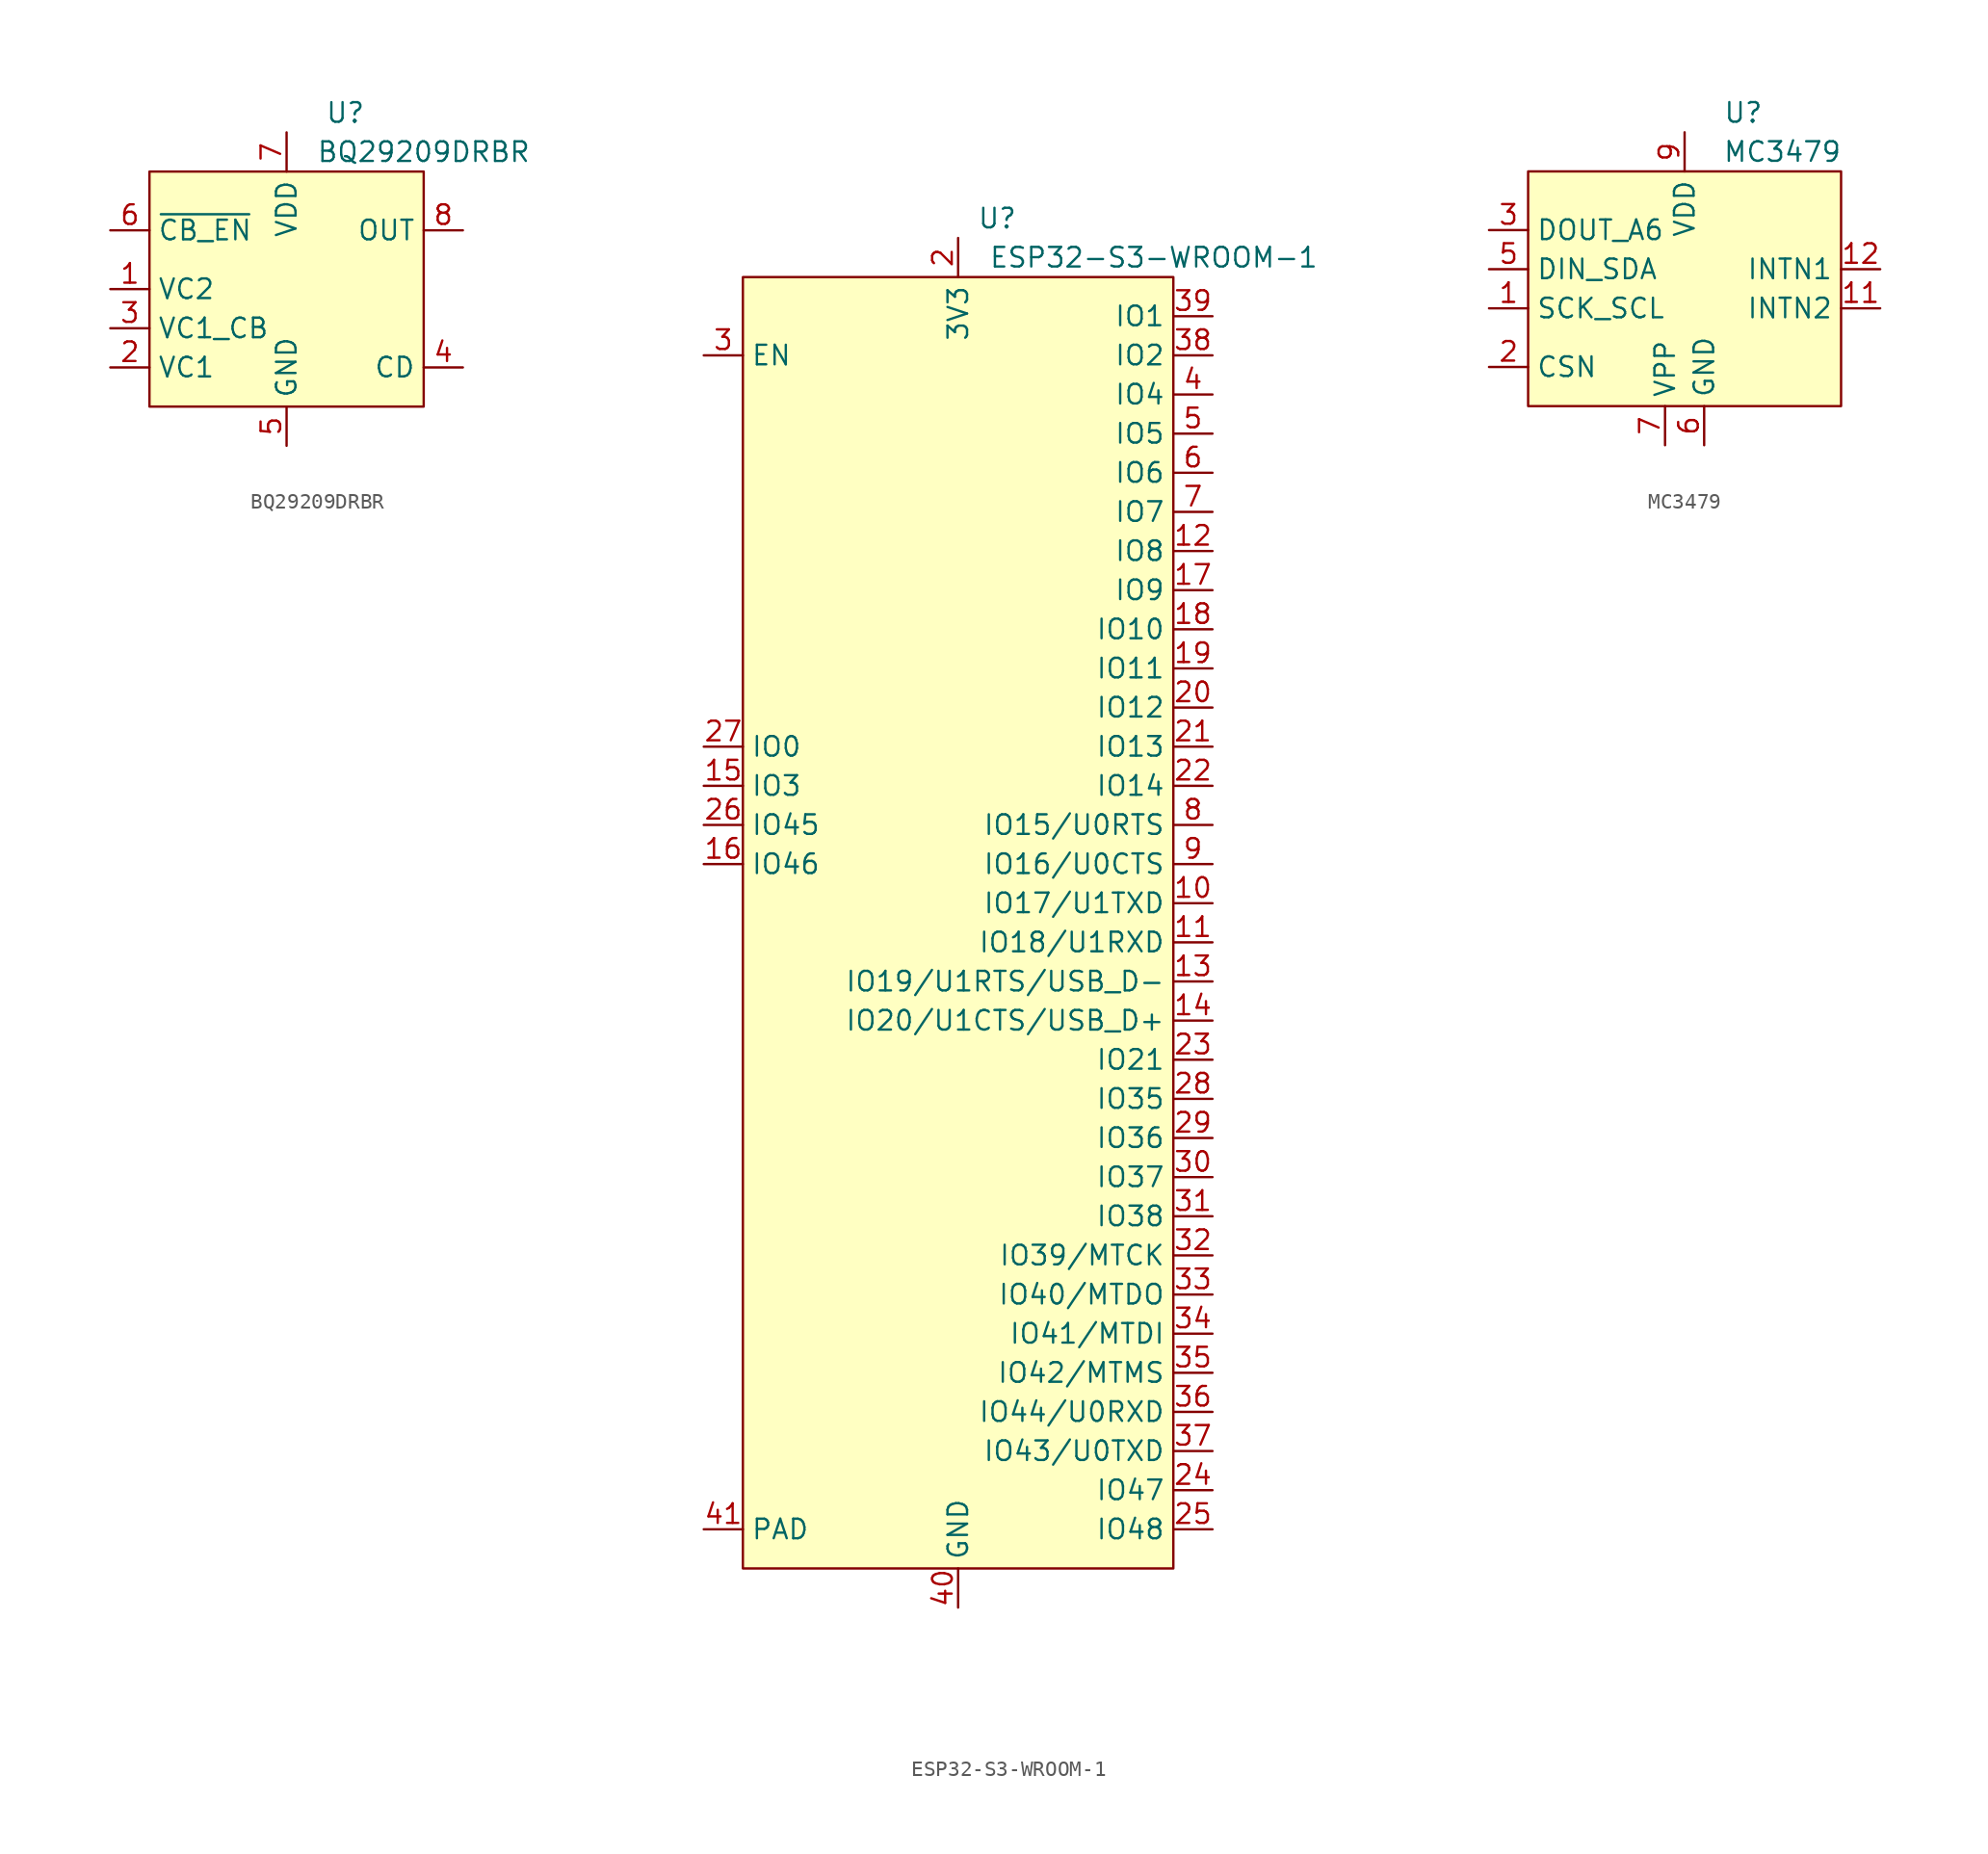
<source format=kicad_sym>
(kicad_symbol_lib
  (version 20211014)
  (generator kicad_symbol_editor)
  (symbol "BQ29209DRBR"
    (property "Reference" "U"
      (at 3.81 11.43 0)
      (effects (font (size 1.27 1.27))))
    (property "Value" "BQ29209DRBR"
      (at 8.89 8.89 0)
      (effects (font (size 1.27 1.27))))
    (symbol "BQ29209DRBR_0_0"
      (pin input line (at -11.43 0 0) (length 2.54) (name "VC2" (effects (font (size 1.27 1.27)))) (number "1" (effects (font (size 1.27 1.27)))))
      (pin input line (at -11.43 -5.08 0) (length 2.54) (name "VC1" (effects (font (size 1.27 1.27)))) (number "2" (effects (font (size 1.27 1.27)))))
      (pin input line (at -11.43 -2.54 0) (length 2.54) (name "VC1_CB" (effects (font (size 1.27 1.27)))) (number "3" (effects (font (size 1.27 1.27)))))
      (pin passive line (at 11.43 -5.08 180) (length 2.54) (name "CD" (effects (font (size 1.27 1.27)))) (number "4" (effects (font (size 1.27 1.27)))))
      (pin passive line (at 0 -10.16 90) (length 2.54) (name "GND" (effects (font (size 1.27 1.27)))) (number "5" (effects (font (size 1.27 1.27)))))
      (pin input line (at -11.43 3.81 0) (length 2.54) (name "~{CB_EN}" (effects (font (size 1.27 1.27)))) (number "6" (effects (font (size 1.27 1.27)))))
      (pin passive line (at 0 10.16 270) (length 2.54) (name "VDD" (effects (font (size 1.27 1.27)))) (number "7" (effects (font (size 1.27 1.27)))))
      (pin passive line (at 11.43 3.81 180) (length 2.54) (name "OUT" (effects (font (size 1.27 1.27)))) (number "8" (effects (font (size 1.27 1.27)))))
      (pin passive line (at 0 -10.16 90) (length 2.54) hide (name "GND" (effects (font (size 1.27 1.27)))) (number "PAD" (effects (font (size 1.27 1.27))))))
    (symbol "BQ29209DRBR_0_1"
      (rectangle (start -8.89 7.62) (end 8.89 -7.62) (stroke (width 0) (type default) (color 0 0 0 0)) (fill (type background)))))
  (symbol "ESP32-S3-WROOM-1"
    (property "Reference" "U"
      (at 2.54 45.72 0)
      (effects (font (size 1.27 1.27))))
    (property "Value" "ESP32-S3-WROOM-1"
      (at 12.7 43.18 0)
      (effects (font (size 1.27 1.27))))
    (symbol "ESP32-S3-WROOM-1_0_0"
      (pin passive line (at 0 -44.45 90) (length 2.54) hide (name "GND" (effects (font (size 1.27 1.27)))) (number "1" (effects (font (size 1.27 1.27)))))
      (pin bidirectional line (at 16.51 1.27 180) (length 2.54) (name "IO17/U1TXD" (effects (font (size 1.27 1.27)))) (number "10" (effects (font (size 1.27 1.27)))))
      (pin bidirectional line (at 16.51 -1.27 180) (length 2.54) (name "IO18/U1RXD" (effects (font (size 1.27 1.27)))) (number "11" (effects (font (size 1.27 1.27)))))
      (pin bidirectional line (at 16.51 24.13 180) (length 2.54) (name "IO8" (effects (font (size 1.27 1.27)))) (number "12" (effects (font (size 1.27 1.27)))))
      (pin bidirectional line (at 16.51 -3.81 180) (length 2.54) (name "IO19/U1RTS/USB_D-" (effects (font (size 1.27 1.27)))) (number "13" (effects (font (size 1.27 1.27)))))
      (pin bidirectional line (at 16.51 -6.35 180) (length 2.54) (name "IO20/U1CTS/USB_D+" (effects (font (size 1.27 1.27)))) (number "14" (effects (font (size 1.27 1.27)))))
      (pin bidirectional line (at -16.51 8.89 0) (length 2.54) (name "IO3" (effects (font (size 1.27 1.27)))) (number "15" (effects (font (size 1.27 1.27)))))
      (pin bidirectional line (at -16.51 3.81 0) (length 2.54) (name "IO46" (effects (font (size 1.27 1.27)))) (number "16" (effects (font (size 1.27 1.27)))))
      (pin bidirectional line (at 16.51 21.59 180) (length 2.54) (name "IO9" (effects (font (size 1.27 1.27)))) (number "17" (effects (font (size 1.27 1.27)))))
      (pin bidirectional line (at 16.51 19.05 180) (length 2.54) (name "IO10" (effects (font (size 1.27 1.27)))) (number "18" (effects (font (size 1.27 1.27)))))
      (pin bidirectional line (at 16.51 16.51 180) (length 2.54) (name "IO11" (effects (font (size 1.27 1.27)))) (number "19" (effects (font (size 1.27 1.27)))))
      (pin passive line (at 0 44.45 270) (length 2.54) (name "3V3" (effects (font (size 1.27 1.27)))) (number "2" (effects (font (size 1.27 1.27)))))
      (pin bidirectional line (at 16.51 13.97 180) (length 2.54) (name "IO12" (effects (font (size 1.27 1.27)))) (number "20" (effects (font (size 1.27 1.27)))))
      (pin bidirectional line (at 16.51 11.43 180) (length 2.54) (name "IO13" (effects (font (size 1.27 1.27)))) (number "21" (effects (font (size 1.27 1.27)))))
      (pin bidirectional line (at 16.51 8.89 180) (length 2.54) (name "IO14" (effects (font (size 1.27 1.27)))) (number "22" (effects (font (size 1.27 1.27)))))
      (pin bidirectional line (at 16.51 -8.89 180) (length 2.54) (name "IO21" (effects (font (size 1.27 1.27)))) (number "23" (effects (font (size 1.27 1.27)))))
      (pin bidirectional line (at 16.51 -36.83 180) (length 2.54) (name "IO47" (effects (font (size 1.27 1.27)))) (number "24" (effects (font (size 1.27 1.27)))))
      (pin bidirectional line (at 16.51 -39.37 180) (length 2.54) (name "IO48" (effects (font (size 1.27 1.27)))) (number "25" (effects (font (size 1.27 1.27)))))
      (pin bidirectional line (at -16.51 6.35 0) (length 2.54) (name "IO45" (effects (font (size 1.27 1.27)))) (number "26" (effects (font (size 1.27 1.27)))))
      (pin bidirectional line (at -16.51 11.43 0) (length 2.54) (name "IO0" (effects (font (size 1.27 1.27)))) (number "27" (effects (font (size 1.27 1.27)))))
      (pin bidirectional line (at 16.51 -11.43 180) (length 2.54) (name "IO35" (effects (font (size 1.27 1.27)))) (number "28" (effects (font (size 1.27 1.27)))))
      (pin bidirectional line (at 16.51 -13.97 180) (length 2.54) (name "IO36" (effects (font (size 1.27 1.27)))) (number "29" (effects (font (size 1.27 1.27)))))
      (pin input line (at -16.51 36.83 0) (length 2.54) (name "EN" (effects (font (size 1.27 1.27)))) (number "3" (effects (font (size 1.27 1.27)))))
      (pin bidirectional line (at 16.51 -16.51 180) (length 2.54) (name "IO37" (effects (font (size 1.27 1.27)))) (number "30" (effects (font (size 1.27 1.27)))))
      (pin bidirectional line (at 16.51 -19.05 180) (length 2.54) (name "IO38" (effects (font (size 1.27 1.27)))) (number "31" (effects (font (size 1.27 1.27)))))
      (pin bidirectional line (at 16.51 -21.59 180) (length 2.54) (name "IO39/MTCK" (effects (font (size 1.27 1.27)))) (number "32" (effects (font (size 1.27 1.27)))))
      (pin bidirectional line (at 16.51 -24.13 180) (length 2.54) (name "IO40/MTDO" (effects (font (size 1.27 1.27)))) (number "33" (effects (font (size 1.27 1.27)))))
      (pin bidirectional line (at 16.51 -26.67 180) (length 2.54) (name "IO41/MTDI" (effects (font (size 1.27 1.27)))) (number "34" (effects (font (size 1.27 1.27)))))
      (pin bidirectional line (at 16.51 -29.21 180) (length 2.54) (name "IO42/MTMS" (effects (font (size 1.27 1.27)))) (number "35" (effects (font (size 1.27 1.27)))))
      (pin bidirectional line (at 16.51 -31.75 180) (length 2.54) (name "IO44/U0RXD" (effects (font (size 1.27 1.27)))) (number "36" (effects (font (size 1.27 1.27)))))
      (pin bidirectional line (at 16.51 -34.29 180) (length 2.54) (name "IO43/U0TXD" (effects (font (size 1.27 1.27)))) (number "37" (effects (font (size 1.27 1.27)))))
      (pin bidirectional line (at 16.51 36.83 180) (length 2.54) (name "IO2" (effects (font (size 1.27 1.27)))) (number "38" (effects (font (size 1.27 1.27)))))
      (pin bidirectional line (at 16.51 39.37 180) (length 2.54) (name "IO1" (effects (font (size 1.27 1.27)))) (number "39" (effects (font (size 1.27 1.27)))))
      (pin bidirectional line (at 16.51 34.29 180) (length 2.54) (name "IO4" (effects (font (size 1.27 1.27)))) (number "4" (effects (font (size 1.27 1.27)))))
      (pin passive line (at 0 -44.45 90) (length 2.54) (name "GND" (effects (font (size 1.27 1.27)))) (number "40" (effects (font (size 1.27 1.27)))))
      (pin passive line (at -16.51 -39.37 0) (length 2.54) (name "PAD" (effects (font (size 1.27 1.27)))) (number "41" (effects (font (size 1.27 1.27)))))
      (pin bidirectional line (at 16.51 31.75 180) (length 2.54) (name "IO5" (effects (font (size 1.27 1.27)))) (number "5" (effects (font (size 1.27 1.27)))))
      (pin bidirectional line (at 16.51 29.21 180) (length 2.54) (name "IO6" (effects (font (size 1.27 1.27)))) (number "6" (effects (font (size 1.27 1.27)))))
      (pin bidirectional line (at 16.51 26.67 180) (length 2.54) (name "IO7" (effects (font (size 1.27 1.27)))) (number "7" (effects (font (size 1.27 1.27)))))
      (pin bidirectional line (at 16.51 6.35 180) (length 2.54) (name "IO15/U0RTS" (effects (font (size 1.27 1.27)))) (number "8" (effects (font (size 1.27 1.27)))))
      (pin bidirectional line (at 16.51 3.81 180) (length 2.54) (name "IO16/U0CTS" (effects (font (size 1.27 1.27)))) (number "9" (effects (font (size 1.27 1.27))))))
    (symbol "ESP32-S3-WROOM-1_0_1"
      (rectangle (start -13.97 41.91) (end 13.97 -41.91) (stroke (width 0) (type default) (color 0 0 0 0)) (fill (type background)))))
  (symbol "MC3479"
    (property "Reference" "U"
      (at 3.81 11.43 0)
      (effects (font (size 1.27 1.27))))
    (property "Value" "MC3479"
      (at 6.35 8.89 0)
      (effects (font (size 1.27 1.27))))
    (symbol "MC3479_0_0"
      (pin input line (at -12.7 -1.27 0) (length 2.54) (name "SCK_SCL" (effects (font (size 1.27 1.27)))) (number "1" (effects (font (size 1.27 1.27)))))
      (pin no_connect line (at 12.7 -5.08 180) (length 2.54) hide (name "NC" (effects (font (size 1.27 1.27)))) (number "10" (effects (font (size 1.27 1.27)))))
      (pin output line (at 12.7 -1.27 180) (length 2.54) (name "INTN2" (effects (font (size 1.27 1.27)))) (number "11" (effects (font (size 1.27 1.27)))))
      (pin output line (at 12.7 1.27 180) (length 2.54) (name "INTN1" (effects (font (size 1.27 1.27)))) (number "12" (effects (font (size 1.27 1.27)))))
      (pin input line (at -12.7 -5.08 0) (length 2.54) (name "CSN" (effects (font (size 1.27 1.27)))) (number "2" (effects (font (size 1.27 1.27)))))
      (pin output line (at -12.7 3.81 0) (length 2.54) (name "DOUT_A6" (effects (font (size 1.27 1.27)))) (number "3" (effects (font (size 1.27 1.27)))))
      (pin no_connect line (at 12.7 -5.08 180) (length 2.54) hide (name "NC" (effects (font (size 1.27 1.27)))) (number "4" (effects (font (size 1.27 1.27)))))
      (pin bidirectional line (at -12.7 1.27 0) (length 2.54) (name "DIN_SDA" (effects (font (size 1.27 1.27)))) (number "5" (effects (font (size 1.27 1.27)))))
      (pin passive line (at 1.27 -10.16 90) (length 2.54) (name "GND" (effects (font (size 1.27 1.27)))) (number "6" (effects (font (size 1.27 1.27)))))
      (pin passive line (at -1.27 -10.16 90) (length 2.54) (name "VPP" (effects (font (size 1.27 1.27)))) (number "7" (effects (font (size 1.27 1.27)))))
      (pin no_connect line (at 12.7 -5.08 180) (length 2.54) hide (name "NC" (effects (font (size 1.27 1.27)))) (number "8" (effects (font (size 1.27 1.27)))))
      (pin passive line (at 0 10.16 270) (length 2.54) (name "VDD" (effects (font (size 1.27 1.27)))) (number "9" (effects (font (size 1.27 1.27))))))
    (symbol "MC3479_0_1"
      (rectangle (start -10.16 7.62) (end 10.16 -7.62) (stroke (width 0) (type default) (color 0 0 0 0)) (fill (type background))))))
</source>
